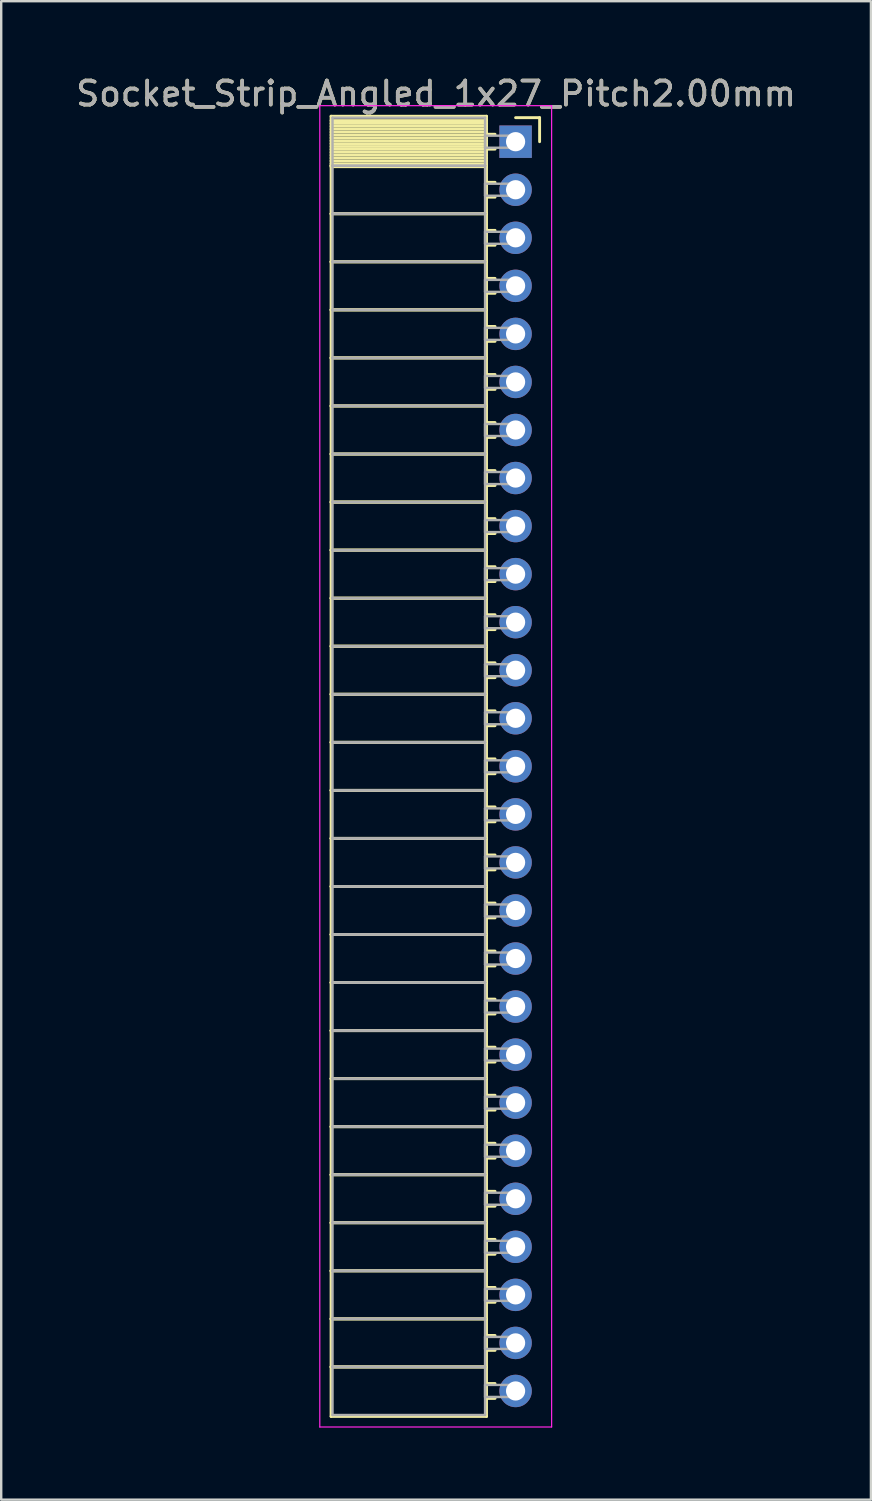
<source format=kicad_pcb>
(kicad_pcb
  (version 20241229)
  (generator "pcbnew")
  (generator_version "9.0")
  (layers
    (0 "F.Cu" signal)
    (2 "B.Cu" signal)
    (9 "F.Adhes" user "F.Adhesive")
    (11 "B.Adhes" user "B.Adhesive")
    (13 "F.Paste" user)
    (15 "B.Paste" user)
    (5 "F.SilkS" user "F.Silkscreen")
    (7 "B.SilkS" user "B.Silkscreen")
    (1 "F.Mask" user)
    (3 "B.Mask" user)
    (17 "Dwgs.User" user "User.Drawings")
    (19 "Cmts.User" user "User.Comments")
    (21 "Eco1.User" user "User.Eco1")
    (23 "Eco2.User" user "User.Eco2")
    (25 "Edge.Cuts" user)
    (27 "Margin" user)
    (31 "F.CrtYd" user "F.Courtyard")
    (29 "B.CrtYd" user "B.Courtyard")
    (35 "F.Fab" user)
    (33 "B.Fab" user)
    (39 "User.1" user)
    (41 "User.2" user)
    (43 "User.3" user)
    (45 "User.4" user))
  (footprint "Socket_Strip_Angled_1x27_Pitch2.00mm"
    (layer "F.Cu")
    (at 18.411 2.848)
    (property "Reference" "Socket_Strip_Angled_1x27_Pitch2.00mm" (at -3.31 -2 0) (layer "F.SilkS") (effects (font (size 1 1) (thickness 0.15))))
    (attr through_hole)
    (fp_line (start -7.68 -1.06) (end -1.21 -1.06) (stroke (width 0.12) (type solid)) (layer "F.SilkS"))
    (fp_line (start -7.68 1) (end -7.68 -1.06) (stroke (width 0.12) (type solid)) (layer "F.SilkS"))
    (fp_line (start -7.68 1) (end -1.21 1) (stroke (width 0.12) (type solid)) (layer "F.SilkS"))
    (fp_line (start -7.68 3) (end -7.68 1) (stroke (width 0.12) (type solid)) (layer "F.SilkS"))
    (fp_line (start -7.68 3) (end -1.21 3) (stroke (width 0.12) (type solid)) (layer "F.SilkS"))
    (fp_line (start -7.68 5) (end -7.68 3) (stroke (width 0.12) (type solid)) (layer "F.SilkS"))
    (fp_line (start -7.68 5) (end -1.21 5) (stroke (width 0.12) (type solid)) (layer "F.SilkS"))
    (fp_line (start -7.68 7) (end -7.68 5) (stroke (width 0.12) (type solid)) (layer "F.SilkS"))
    (fp_line (start -7.68 7) (end -1.21 7) (stroke (width 0.12) (type solid)) (layer "F.SilkS"))
    (fp_line (start -7.68 9) (end -7.68 7) (stroke (width 0.12) (type solid)) (layer "F.SilkS"))
    (fp_line (start -7.68 9) (end -1.21 9) (stroke (width 0.12) (type solid)) (layer "F.SilkS"))
    (fp_line (start -7.68 11) (end -7.68 9) (stroke (width 0.12) (type solid)) (layer "F.SilkS"))
    (fp_line (start -7.68 11) (end -1.21 11) (stroke (width 0.12) (type solid)) (layer "F.SilkS"))
    (fp_line (start -7.68 13) (end -7.68 11) (stroke (width 0.12) (type solid)) (layer "F.SilkS"))
    (fp_line (start -7.68 13) (end -1.21 13) (stroke (width 0.12) (type solid)) (layer "F.SilkS"))
    (fp_line (start -7.68 15) (end -7.68 13) (stroke (width 0.12) (type solid)) (layer "F.SilkS"))
    (fp_line (start -7.68 15) (end -1.21 15) (stroke (width 0.12) (type solid)) (layer "F.SilkS"))
    (fp_line (start -7.68 17) (end -7.68 15) (stroke (width 0.12) (type solid)) (layer "F.SilkS"))
    (fp_line (start -7.68 17) (end -1.21 17) (stroke (width 0.12) (type solid)) (layer "F.SilkS"))
    (fp_line (start -7.68 19) (end -7.68 17) (stroke (width 0.12) (type solid)) (layer "F.SilkS"))
    (fp_line (start -7.68 19) (end -1.21 19) (stroke (width 0.12) (type solid)) (layer "F.SilkS"))
    (fp_line (start -7.68 21) (end -7.68 19) (stroke (width 0.12) (type solid)) (layer "F.SilkS"))
    (fp_line (start -7.68 21) (end -1.21 21) (stroke (width 0.12) (type solid)) (layer "F.SilkS"))
    (fp_line (start -7.68 23) (end -7.68 21) (stroke (width 0.12) (type solid)) (layer "F.SilkS"))
    (fp_line (start -7.68 23) (end -1.21 23) (stroke (width 0.12) (type solid)) (layer "F.SilkS"))
    (fp_line (start -7.68 25) (end -7.68 23) (stroke (width 0.12) (type solid)) (layer "F.SilkS"))
    (fp_line (start -7.68 25) (end -1.21 25) (stroke (width 0.12) (type solid)) (layer "F.SilkS"))
    (fp_line (start -7.68 27) (end -7.68 25) (stroke (width 0.12) (type solid)) (layer "F.SilkS"))
    (fp_line (start -7.68 27) (end -1.21 27) (stroke (width 0.12) (type solid)) (layer "F.SilkS"))
    (fp_line (start -7.68 29) (end -7.68 27) (stroke (width 0.12) (type solid)) (layer "F.SilkS"))
    (fp_line (start -7.68 29) (end -1.21 29) (stroke (width 0.12) (type solid)) (layer "F.SilkS"))
    (fp_line (start -7.68 31) (end -7.68 29) (stroke (width 0.12) (type solid)) (layer "F.SilkS"))
    (fp_line (start -7.68 31) (end -1.21 31) (stroke (width 0.12) (type solid)) (layer "F.SilkS"))
    (fp_line (start -7.68 33) (end -7.68 31) (stroke (width 0.12) (type solid)) (layer "F.SilkS"))
    (fp_line (start -7.68 33) (end -1.21 33) (stroke (width 0.12) (type solid)) (layer "F.SilkS"))
    (fp_line (start -7.68 35) (end -7.68 33) (stroke (width 0.12) (type solid)) (layer "F.SilkS"))
    (fp_line (start -7.68 35) (end -1.21 35) (stroke (width 0.12) (type solid)) (layer "F.SilkS"))
    (fp_line (start -7.68 37) (end -7.68 35) (stroke (width 0.12) (type solid)) (layer "F.SilkS"))
    (fp_line (start -7.68 37) (end -1.21 37) (stroke (width 0.12) (type solid)) (layer "F.SilkS"))
    (fp_line (start -7.68 39) (end -7.68 37) (stroke (width 0.12) (type solid)) (layer "F.SilkS"))
    (fp_line (start -7.68 39) (end -1.21 39) (stroke (width 0.12) (type solid)) (layer "F.SilkS"))
    (fp_line (start -7.68 41) (end -7.68 39) (stroke (width 0.12) (type solid)) (layer "F.SilkS"))
    (fp_line (start -7.68 41) (end -1.21 41) (stroke (width 0.12) (type solid)) (layer "F.SilkS"))
    (fp_line (start -7.68 43) (end -7.68 41) (stroke (width 0.12) (type solid)) (layer "F.SilkS"))
    (fp_line (start -7.68 43) (end -1.21 43) (stroke (width 0.12) (type solid)) (layer "F.SilkS"))
    (fp_line (start -7.68 45) (end -7.68 43) (stroke (width 0.12) (type solid)) (layer "F.SilkS"))
    (fp_line (start -7.68 45) (end -1.21 45) (stroke (width 0.12) (type solid)) (layer "F.SilkS"))
    (fp_line (start -7.68 47) (end -7.68 45) (stroke (width 0.12) (type solid)) (layer "F.SilkS"))
    (fp_line (start -7.68 47) (end -1.21 47) (stroke (width 0.12) (type solid)) (layer "F.SilkS"))
    (fp_line (start -7.68 49) (end -7.68 47) (stroke (width 0.12) (type solid)) (layer "F.SilkS"))
    (fp_line (start -7.68 49) (end -1.21 49) (stroke (width 0.12) (type solid)) (layer "F.SilkS"))
    (fp_line (start -7.68 51) (end -7.68 49) (stroke (width 0.12) (type solid)) (layer "F.SilkS"))
    (fp_line (start -7.68 51) (end -1.21 51) (stroke (width 0.12) (type solid)) (layer "F.SilkS"))
    (fp_line (start -7.68 53.06) (end -7.68 51) (stroke (width 0.12) (type solid)) (layer "F.SilkS"))
    (fp_line (start -1.21 -1.06) (end -1.21 1) (stroke (width 0.12) (type solid)) (layer "F.SilkS"))
    (fp_line (start -1.21 -0.88) (end -7.68 -0.88) (stroke (width 0.12) (type solid)) (layer "F.SilkS"))
    (fp_line (start -1.21 -0.76) (end -7.68 -0.76) (stroke (width 0.12) (type solid)) (layer "F.SilkS"))
    (fp_line (start -1.21 -0.64) (end -7.68 -0.64) (stroke (width 0.12) (type solid)) (layer "F.SilkS"))
    (fp_line (start -1.21 -0.52) (end -7.68 -0.52) (stroke (width 0.12) (type solid)) (layer "F.SilkS"))
    (fp_line (start -1.21 -0.4) (end -7.68 -0.4) (stroke (width 0.12) (type solid)) (layer "F.SilkS"))
    (fp_line (start -1.21 -0.28) (end -7.68 -0.28) (stroke (width 0.12) (type solid)) (layer "F.SilkS"))
    (fp_line (start -1.21 -0.16) (end -7.68 -0.16) (stroke (width 0.12) (type solid)) (layer "F.SilkS"))
    (fp_line (start -1.21 -0.04) (end -7.68 -0.04) (stroke (width 0.12) (type solid)) (layer "F.SilkS"))
    (fp_line (start -1.21 0.08) (end -7.68 0.08) (stroke (width 0.12) (type solid)) (layer "F.SilkS"))
    (fp_line (start -1.21 0.2) (end -7.68 0.2) (stroke (width 0.12) (type solid)) (layer "F.SilkS"))
    (fp_line (start -1.21 0.32) (end -7.68 0.32) (stroke (width 0.12) (type solid)) (layer "F.SilkS"))
    (fp_line (start -1.21 0.44) (end -7.68 0.44) (stroke (width 0.12) (type solid)) (layer "F.SilkS"))
    (fp_line (start -1.21 0.56) (end -7.68 0.56) (stroke (width 0.12) (type solid)) (layer "F.SilkS"))
    (fp_line (start -1.21 0.68) (end -7.68 0.68) (stroke (width 0.12) (type solid)) (layer "F.SilkS"))
    (fp_line (start -1.21 0.8) (end -7.68 0.8) (stroke (width 0.12) (type solid)) (layer "F.SilkS"))
    (fp_line (start -1.21 0.92) (end -7.68 0.92) (stroke (width 0.12) (type solid)) (layer "F.SilkS"))
    (fp_line (start -1.21 1) (end -7.68 1) (stroke (width 0.12) (type solid)) (layer "F.SilkS"))
    (fp_line (start -1.21 1) (end -1.21 3) (stroke (width 0.12) (type solid)) (layer "F.SilkS"))
    (fp_line (start -1.21 1.04) (end -7.68 1.04) (stroke (width 0.12) (type solid)) (layer "F.SilkS"))
    (fp_line (start -1.21 3) (end -7.68 3) (stroke (width 0.12) (type solid)) (layer "F.SilkS"))
    (fp_line (start -1.21 3) (end -1.21 5) (stroke (width 0.12) (type solid)) (layer "F.SilkS"))
    (fp_line (start -1.21 5) (end -7.68 5) (stroke (width 0.12) (type solid)) (layer "F.SilkS"))
    (fp_line (start -1.21 5) (end -1.21 7) (stroke (width 0.12) (type solid)) (layer "F.SilkS"))
    (fp_line (start -1.21 7) (end -7.68 7) (stroke (width 0.12) (type solid)) (layer "F.SilkS"))
    (fp_line (start -1.21 7) (end -1.21 9) (stroke (width 0.12) (type solid)) (layer "F.SilkS"))
    (fp_line (start -1.21 9) (end -7.68 9) (stroke (width 0.12) (type solid)) (layer "F.SilkS"))
    (fp_line (start -1.21 9) (end -1.21 11) (stroke (width 0.12) (type solid)) (layer "F.SilkS"))
    (fp_line (start -1.21 11) (end -7.68 11) (stroke (width 0.12) (type solid)) (layer "F.SilkS"))
    (fp_line (start -1.21 11) (end -1.21 13) (stroke (width 0.12) (type solid)) (layer "F.SilkS"))
    (fp_line (start -1.21 13) (end -7.68 13) (stroke (width 0.12) (type solid)) (layer "F.SilkS"))
    (fp_line (start -1.21 13) (end -1.21 15) (stroke (width 0.12) (type solid)) (layer "F.SilkS"))
    (fp_line (start -1.21 15) (end -7.68 15) (stroke (width 0.12) (type solid)) (layer "F.SilkS"))
    (fp_line (start -1.21 15) (end -1.21 17) (stroke (width 0.12) (type solid)) (layer "F.SilkS"))
    (fp_line (start -1.21 17) (end -7.68 17) (stroke (width 0.12) (type solid)) (layer "F.SilkS"))
    (fp_line (start -1.21 17) (end -1.21 19) (stroke (width 0.12) (type solid)) (layer "F.SilkS"))
    (fp_line (start -1.21 19) (end -7.68 19) (stroke (width 0.12) (type solid)) (layer "F.SilkS"))
    (fp_line (start -1.21 19) (end -1.21 21) (stroke (width 0.12) (type solid)) (layer "F.SilkS"))
    (fp_line (start -1.21 21) (end -7.68 21) (stroke (width 0.12) (type solid)) (layer "F.SilkS"))
    (fp_line (start -1.21 21) (end -1.21 23) (stroke (width 0.12) (type solid)) (layer "F.SilkS"))
    (fp_line (start -1.21 23) (end -7.68 23) (stroke (width 0.12) (type solid)) (layer "F.SilkS"))
    (fp_line (start -1.21 23) (end -1.21 25) (stroke (width 0.12) (type solid)) (layer "F.SilkS"))
    (fp_line (start -1.21 25) (end -7.68 25) (stroke (width 0.12) (type solid)) (layer "F.SilkS"))
    (fp_line (start -1.21 25) (end -1.21 27) (stroke (width 0.12) (type solid)) (layer "F.SilkS"))
    (fp_line (start -1.21 27) (end -7.68 27) (stroke (width 0.12) (type solid)) (layer "F.SilkS"))
    (fp_line (start -1.21 27) (end -1.21 29) (stroke (width 0.12) (type solid)) (layer "F.SilkS"))
    (fp_line (start -1.21 29) (end -7.68 29) (stroke (width 0.12) (type solid)) (layer "F.SilkS"))
    (fp_line (start -1.21 29) (end -1.21 31) (stroke (width 0.12) (type solid)) (layer "F.SilkS"))
    (fp_line (start -1.21 31) (end -7.68 31) (stroke (width 0.12) (type solid)) (layer "F.SilkS"))
    (fp_line (start -1.21 31) (end -1.21 33) (stroke (width 0.12) (type solid)) (layer "F.SilkS"))
    (fp_line (start -1.21 33) (end -7.68 33) (stroke (width 0.12) (type solid)) (layer "F.SilkS"))
    (fp_line (start -1.21 33) (end -1.21 35) (stroke (width 0.12) (type solid)) (layer "F.SilkS"))
    (fp_line (start -1.21 35) (end -7.68 35) (stroke (width 0.12) (type solid)) (layer "F.SilkS"))
    (fp_line (start -1.21 35) (end -1.21 37) (stroke (width 0.12) (type solid)) (layer "F.SilkS"))
    (fp_line (start -1.21 37) (end -7.68 37) (stroke (width 0.12) (type solid)) (layer "F.SilkS"))
    (fp_line (start -1.21 37) (end -1.21 39) (stroke (width 0.12) (type solid)) (layer "F.SilkS"))
    (fp_line (start -1.21 39) (end -7.68 39) (stroke (width 0.12) (type solid)) (layer "F.SilkS"))
    (fp_line (start -1.21 39) (end -1.21 41) (stroke (width 0.12) (type solid)) (layer "F.SilkS"))
    (fp_line (start -1.21 41) (end -7.68 41) (stroke (width 0.12) (type solid)) (layer "F.SilkS"))
    (fp_line (start -1.21 41) (end -1.21 43) (stroke (width 0.12) (type solid)) (layer "F.SilkS"))
    (fp_line (start -1.21 43) (end -7.68 43) (stroke (width 0.12) (type solid)) (layer "F.SilkS"))
    (fp_line (start -1.21 43) (end -1.21 45) (stroke (width 0.12) (type solid)) (layer "F.SilkS"))
    (fp_line (start -1.21 45) (end -7.68 45) (stroke (width 0.12) (type solid)) (layer "F.SilkS"))
    (fp_line (start -1.21 45) (end -1.21 47) (stroke (width 0.12) (type solid)) (layer "F.SilkS"))
    (fp_line (start -1.21 47) (end -7.68 47) (stroke (width 0.12) (type solid)) (layer "F.SilkS"))
    (fp_line (start -1.21 47) (end -1.21 49) (stroke (width 0.12) (type solid)) (layer "F.SilkS"))
    (fp_line (start -1.21 49) (end -7.68 49) (stroke (width 0.12) (type solid)) (layer "F.SilkS"))
    (fp_line (start -1.21 49) (end -1.21 51) (stroke (width 0.12) (type solid)) (layer "F.SilkS"))
    (fp_line (start -1.21 51) (end -7.68 51) (stroke (width 0.12) (type solid)) (layer "F.SilkS"))
    (fp_line (start -1.21 51) (end -1.21 53.06) (stroke (width 0.12) (type solid)) (layer "F.SilkS"))
    (fp_line (start -1.21 53.06) (end -7.68 53.06) (stroke (width 0.12) (type solid)) (layer "F.SilkS"))
    (fp_line (start -0.855 -0.31) (end -1.21 -0.31) (stroke (width 0.12) (type solid)) (layer "F.SilkS"))
    (fp_line (start -0.855 0.31) (end -1.21 0.31) (stroke (width 0.12) (type solid)) (layer "F.SilkS"))
    (fp_line (start -0.855 1.69) (end -1.21 1.69) (stroke (width 0.12) (type solid)) (layer "F.SilkS"))
    (fp_line (start -0.855 2.31) (end -1.21 2.31) (stroke (width 0.12) (type solid)) (layer "F.SilkS"))
    (fp_line (start -0.855 3.69) (end -1.21 3.69) (stroke (width 0.12) (type solid)) (layer "F.SilkS"))
    (fp_line (start -0.855 4.31) (end -1.21 4.31) (stroke (width 0.12) (type solid)) (layer "F.SilkS"))
    (fp_line (start -0.855 5.69) (end -1.21 5.69) (stroke (width 0.12) (type solid)) (layer "F.SilkS"))
    (fp_line (start -0.855 6.31) (end -1.21 6.31) (stroke (width 0.12) (type solid)) (layer "F.SilkS"))
    (fp_line (start -0.855 7.69) (end -1.21 7.69) (stroke (width 0.12) (type solid)) (layer "F.SilkS"))
    (fp_line (start -0.855 8.31) (end -1.21 8.31) (stroke (width 0.12) (type solid)) (layer "F.SilkS"))
    (fp_line (start -0.855 9.69) (end -1.21 9.69) (stroke (width 0.12) (type solid)) (layer "F.SilkS"))
    (fp_line (start -0.855 10.31) (end -1.21 10.31) (stroke (width 0.12) (type solid)) (layer "F.SilkS"))
    (fp_line (start -0.855 11.69) (end -1.21 11.69) (stroke (width 0.12) (type solid)) (layer "F.SilkS"))
    (fp_line (start -0.855 12.31) (end -1.21 12.31) (stroke (width 0.12) (type solid)) (layer "F.SilkS"))
    (fp_line (start -0.855 13.69) (end -1.21 13.69) (stroke (width 0.12) (type solid)) (layer "F.SilkS"))
    (fp_line (start -0.855 14.31) (end -1.21 14.31) (stroke (width 0.12) (type solid)) (layer "F.SilkS"))
    (fp_line (start -0.855 15.69) (end -1.21 15.69) (stroke (width 0.12) (type solid)) (layer "F.SilkS"))
    (fp_line (start -0.855 16.31) (end -1.21 16.31) (stroke (width 0.12) (type solid)) (layer "F.SilkS"))
    (fp_line (start -0.855 17.69) (end -1.21 17.69) (stroke (width 0.12) (type solid)) (layer "F.SilkS"))
    (fp_line (start -0.855 18.31) (end -1.21 18.31) (stroke (width 0.12) (type solid)) (layer "F.SilkS"))
    (fp_line (start -0.855 19.69) (end -1.21 19.69) (stroke (width 0.12) (type solid)) (layer "F.SilkS"))
    (fp_line (start -0.855 20.31) (end -1.21 20.31) (stroke (width 0.12) (type solid)) (layer "F.SilkS"))
    (fp_line (start -0.855 21.69) (end -1.21 21.69) (stroke (width 0.12) (type solid)) (layer "F.SilkS"))
    (fp_line (start -0.855 22.31) (end -1.21 22.31) (stroke (width 0.12) (type solid)) (layer "F.SilkS"))
    (fp_line (start -0.855 23.69) (end -1.21 23.69) (stroke (width 0.12) (type solid)) (layer "F.SilkS"))
    (fp_line (start -0.855 24.31) (end -1.21 24.31) (stroke (width 0.12) (type solid)) (layer "F.SilkS"))
    (fp_line (start -0.855 25.69) (end -1.21 25.69) (stroke (width 0.12) (type solid)) (layer "F.SilkS"))
    (fp_line (start -0.855 26.31) (end -1.21 26.31) (stroke (width 0.12) (type solid)) (layer "F.SilkS"))
    (fp_line (start -0.855 27.69) (end -1.21 27.69) (stroke (width 0.12) (type solid)) (layer "F.SilkS"))
    (fp_line (start -0.855 28.31) (end -1.21 28.31) (stroke (width 0.12) (type solid)) (layer "F.SilkS"))
    (fp_line (start -0.855 29.69) (end -1.21 29.69) (stroke (width 0.12) (type solid)) (layer "F.SilkS"))
    (fp_line (start -0.855 30.31) (end -1.21 30.31) (stroke (width 0.12) (type solid)) (layer "F.SilkS"))
    (fp_line (start -0.855 31.69) (end -1.21 31.69) (stroke (width 0.12) (type solid)) (layer "F.SilkS"))
    (fp_line (start -0.855 32.31) (end -1.21 32.31) (stroke (width 0.12) (type solid)) (layer "F.SilkS"))
    (fp_line (start -0.855 33.69) (end -1.21 33.69) (stroke (width 0.12) (type solid)) (layer "F.SilkS"))
    (fp_line (start -0.855 34.31) (end -1.21 34.31) (stroke (width 0.12) (type solid)) (layer "F.SilkS"))
    (fp_line (start -0.855 35.69) (end -1.21 35.69) (stroke (width 0.12) (type solid)) (layer "F.SilkS"))
    (fp_line (start -0.855 36.31) (end -1.21 36.31) (stroke (width 0.12) (type solid)) (layer "F.SilkS"))
    (fp_line (start -0.855 37.69) (end -1.21 37.69) (stroke (width 0.12) (type solid)) (layer "F.SilkS"))
    (fp_line (start -0.855 38.31) (end -1.21 38.31) (stroke (width 0.12) (type solid)) (layer "F.SilkS"))
    (fp_line (start -0.855 39.69) (end -1.21 39.69) (stroke (width 0.12) (type solid)) (layer "F.SilkS"))
    (fp_line (start -0.855 40.31) (end -1.21 40.31) (stroke (width 0.12) (type solid)) (layer "F.SilkS"))
    (fp_line (start -0.855 41.69) (end -1.21 41.69) (stroke (width 0.12) (type solid)) (layer "F.SilkS"))
    (fp_line (start -0.855 42.31) (end -1.21 42.31) (stroke (width 0.12) (type solid)) (layer "F.SilkS"))
    (fp_line (start -0.855 43.69) (end -1.21 43.69) (stroke (width 0.12) (type solid)) (layer "F.SilkS"))
    (fp_line (start -0.855 44.31) (end -1.21 44.31) (stroke (width 0.12) (type solid)) (layer "F.SilkS"))
    (fp_line (start -0.855 45.69) (end -1.21 45.69) (stroke (width 0.12) (type solid)) (layer "F.SilkS"))
    (fp_line (start -0.855 46.31) (end -1.21 46.31) (stroke (width 0.12) (type solid)) (layer "F.SilkS"))
    (fp_line (start -0.855 47.69) (end -1.21 47.69) (stroke (width 0.12) (type solid)) (layer "F.SilkS"))
    (fp_line (start -0.855 48.31) (end -1.21 48.31) (stroke (width 0.12) (type solid)) (layer "F.SilkS"))
    (fp_line (start -0.855 49.69) (end -1.21 49.69) (stroke (width 0.12) (type solid)) (layer "F.SilkS"))
    (fp_line (start -0.855 50.31) (end -1.21 50.31) (stroke (width 0.12) (type solid)) (layer "F.SilkS"))
    (fp_line (start -0.855 51.69) (end -1.21 51.69) (stroke (width 0.12) (type solid)) (layer "F.SilkS"))
    (fp_line (start -0.855 52.31) (end -1.21 52.31) (stroke (width 0.12) (type solid)) (layer "F.SilkS"))
    (fp_line (start 0 -1) (end 1 -1) (stroke (width 0.12) (type solid)) (layer "F.SilkS"))
    (fp_line (start 1 -1) (end 1 0) (stroke (width 0.12) (type solid)) (layer "F.SilkS"))
    (fp_line (start -8.15 -1.5) (end 1.5 -1.5) (stroke (width 0.05) (type solid)) (layer "F.CrtYd"))
    (fp_line (start -8.15 53.5) (end -8.15 -1.5) (stroke (width 0.05) (type solid)) (layer "F.CrtYd"))
    (fp_line (start 1.5 -1.5) (end 1.5 53.5) (stroke (width 0.05) (type solid)) (layer "F.CrtYd"))
    (fp_line (start 1.5 53.5) (end -8.15 53.5) (stroke (width 0.05) (type solid)) (layer "F.CrtYd"))
    (fp_line (start -7.62 -1) (end -1.27 -1) (stroke (width 0.1) (type solid)) (layer "F.Fab"))
    (fp_line (start -7.62 1) (end -7.62 -1) (stroke (width 0.1) (type solid)) (layer "F.Fab"))
    (fp_line (start -7.62 1) (end -1.27 1) (stroke (width 0.1) (type solid)) (layer "F.Fab"))
    (fp_line (start -7.62 3) (end -7.62 1) (stroke (width 0.1) (type solid)) (layer "F.Fab"))
    (fp_line (start -7.62 3) (end -1.27 3) (stroke (width 0.1) (type solid)) (layer "F.Fab"))
    (fp_line (start -7.62 5) (end -7.62 3) (stroke (width 0.1) (type solid)) (layer "F.Fab"))
    (fp_line (start -7.62 5) (end -1.27 5) (stroke (width 0.1) (type solid)) (layer "F.Fab"))
    (fp_line (start -7.62 7) (end -7.62 5) (stroke (width 0.1) (type solid)) (layer "F.Fab"))
    (fp_line (start -7.62 7) (end -1.27 7) (stroke (width 0.1) (type solid)) (layer "F.Fab"))
    (fp_line (start -7.62 9) (end -7.62 7) (stroke (width 0.1) (type solid)) (layer "F.Fab"))
    (fp_line (start -7.62 9) (end -1.27 9) (stroke (width 0.1) (type solid)) (layer "F.Fab"))
    (fp_line (start -7.62 11) (end -7.62 9) (stroke (width 0.1) (type solid)) (layer "F.Fab"))
    (fp_line (start -7.62 11) (end -1.27 11) (stroke (width 0.1) (type solid)) (layer "F.Fab"))
    (fp_line (start -7.62 13) (end -7.62 11) (stroke (width 0.1) (type solid)) (layer "F.Fab"))
    (fp_line (start -7.62 13) (end -1.27 13) (stroke (width 0.1) (type solid)) (layer "F.Fab"))
    (fp_line (start -7.62 15) (end -7.62 13) (stroke (width 0.1) (type solid)) (layer "F.Fab"))
    (fp_line (start -7.62 15) (end -1.27 15) (stroke (width 0.1) (type solid)) (layer "F.Fab"))
    (fp_line (start -7.62 17) (end -7.62 15) (stroke (width 0.1) (type solid)) (layer "F.Fab"))
    (fp_line (start -7.62 17) (end -1.27 17) (stroke (width 0.1) (type solid)) (layer "F.Fab"))
    (fp_line (start -7.62 19) (end -7.62 17) (stroke (width 0.1) (type solid)) (layer "F.Fab"))
    (fp_line (start -7.62 19) (end -1.27 19) (stroke (width 0.1) (type solid)) (layer "F.Fab"))
    (fp_line (start -7.62 21) (end -7.62 19) (stroke (width 0.1) (type solid)) (layer "F.Fab"))
    (fp_line (start -7.62 21) (end -1.27 21) (stroke (width 0.1) (type solid)) (layer "F.Fab"))
    (fp_line (start -7.62 23) (end -7.62 21) (stroke (width 0.1) (type solid)) (layer "F.Fab"))
    (fp_line (start -7.62 23) (end -1.27 23) (stroke (width 0.1) (type solid)) (layer "F.Fab"))
    (fp_line (start -7.62 25) (end -7.62 23) (stroke (width 0.1) (type solid)) (layer "F.Fab"))
    (fp_line (start -7.62 25) (end -1.27 25) (stroke (width 0.1) (type solid)) (layer "F.Fab"))
    (fp_line (start -7.62 27) (end -7.62 25) (stroke (width 0.1) (type solid)) (layer "F.Fab"))
    (fp_line (start -7.62 27) (end -1.27 27) (stroke (width 0.1) (type solid)) (layer "F.Fab"))
    (fp_line (start -7.62 29) (end -7.62 27) (stroke (width 0.1) (type solid)) (layer "F.Fab"))
    (fp_line (start -7.62 29) (end -1.27 29) (stroke (width 0.1) (type solid)) (layer "F.Fab"))
    (fp_line (start -7.62 31) (end -7.62 29) (stroke (width 0.1) (type solid)) (layer "F.Fab"))
    (fp_line (start -7.62 31) (end -1.27 31) (stroke (width 0.1) (type solid)) (layer "F.Fab"))
    (fp_line (start -7.62 33) (end -7.62 31) (stroke (width 0.1) (type solid)) (layer "F.Fab"))
    (fp_line (start -7.62 33) (end -1.27 33) (stroke (width 0.1) (type solid)) (layer "F.Fab"))
    (fp_line (start -7.62 35) (end -7.62 33) (stroke (width 0.1) (type solid)) (layer "F.Fab"))
    (fp_line (start -7.62 35) (end -1.27 35) (stroke (width 0.1) (type solid)) (layer "F.Fab"))
    (fp_line (start -7.62 37) (end -7.62 35) (stroke (width 0.1) (type solid)) (layer "F.Fab"))
    (fp_line (start -7.62 37) (end -1.27 37) (stroke (width 0.1) (type solid)) (layer "F.Fab"))
    (fp_line (start -7.62 39) (end -7.62 37) (stroke (width 0.1) (type solid)) (layer "F.Fab"))
    (fp_line (start -7.62 39) (end -1.27 39) (stroke (width 0.1) (type solid)) (layer "F.Fab"))
    (fp_line (start -7.62 41) (end -7.62 39) (stroke (width 0.1) (type solid)) (layer "F.Fab"))
    (fp_line (start -7.62 41) (end -1.27 41) (stroke (width 0.1) (type solid)) (layer "F.Fab"))
    (fp_line (start -7.62 43) (end -7.62 41) (stroke (width 0.1) (type solid)) (layer "F.Fab"))
    (fp_line (start -7.62 43) (end -1.27 43) (stroke (width 0.1) (type solid)) (layer "F.Fab"))
    (fp_line (start -7.62 45) (end -7.62 43) (stroke (width 0.1) (type solid)) (layer "F.Fab"))
    (fp_line (start -7.62 45) (end -1.27 45) (stroke (width 0.1) (type solid)) (layer "F.Fab"))
    (fp_line (start -7.62 47) (end -7.62 45) (stroke (width 0.1) (type solid)) (layer "F.Fab"))
    (fp_line (start -7.62 47) (end -1.27 47) (stroke (width 0.1) (type solid)) (layer "F.Fab"))
    (fp_line (start -7.62 49) (end -7.62 47) (stroke (width 0.1) (type solid)) (layer "F.Fab"))
    (fp_line (start -7.62 49) (end -1.27 49) (stroke (width 0.1) (type solid)) (layer "F.Fab"))
    (fp_line (start -7.62 51) (end -7.62 49) (stroke (width 0.1) (type solid)) (layer "F.Fab"))
    (fp_line (start -7.62 51) (end -1.27 51) (stroke (width 0.1) (type solid)) (layer "F.Fab"))
    (fp_line (start -7.62 53) (end -7.62 51) (stroke (width 0.1) (type solid)) (layer "F.Fab"))
    (fp_line (start -1.27 -1) (end -1.27 1) (stroke (width 0.1) (type solid)) (layer "F.Fab"))
    (fp_line (start -1.27 -0.25) (end 0 -0.25) (stroke (width 0.1) (type solid)) (layer "F.Fab"))
    (fp_line (start -1.27 0.25) (end -1.27 -0.25) (stroke (width 0.1) (type solid)) (layer "F.Fab"))
    (fp_line (start -1.27 1) (end -7.62 1) (stroke (width 0.1) (type solid)) (layer "F.Fab"))
    (fp_line (start -1.27 1) (end -1.27 3) (stroke (width 0.1) (type solid)) (layer "F.Fab"))
    (fp_line (start -1.27 1.75) (end 0 1.75) (stroke (width 0.1) (type solid)) (layer "F.Fab"))
    (fp_line (start -1.27 2.25) (end -1.27 1.75) (stroke (width 0.1) (type solid)) (layer "F.Fab"))
    (fp_line (start -1.27 3) (end -7.62 3) (stroke (width 0.1) (type solid)) (layer "F.Fab"))
    (fp_line (start -1.27 3) (end -1.27 5) (stroke (width 0.1) (type solid)) (layer "F.Fab"))
    (fp_line (start -1.27 3.75) (end 0 3.75) (stroke (width 0.1) (type solid)) (layer "F.Fab"))
    (fp_line (start -1.27 4.25) (end -1.27 3.75) (stroke (width 0.1) (type solid)) (layer "F.Fab"))
    (fp_line (start -1.27 5) (end -7.62 5) (stroke (width 0.1) (type solid)) (layer "F.Fab"))
    (fp_line (start -1.27 5) (end -1.27 7) (stroke (width 0.1) (type solid)) (layer "F.Fab"))
    (fp_line (start -1.27 5.75) (end 0 5.75) (stroke (width 0.1) (type solid)) (layer "F.Fab"))
    (fp_line (start -1.27 6.25) (end -1.27 5.75) (stroke (width 0.1) (type solid)) (layer "F.Fab"))
    (fp_line (start -1.27 7) (end -7.62 7) (stroke (width 0.1) (type solid)) (layer "F.Fab"))
    (fp_line (start -1.27 7) (end -1.27 9) (stroke (width 0.1) (type solid)) (layer "F.Fab"))
    (fp_line (start -1.27 7.75) (end 0 7.75) (stroke (width 0.1) (type solid)) (layer "F.Fab"))
    (fp_line (start -1.27 8.25) (end -1.27 7.75) (stroke (width 0.1) (type solid)) (layer "F.Fab"))
    (fp_line (start -1.27 9) (end -7.62 9) (stroke (width 0.1) (type solid)) (layer "F.Fab"))
    (fp_line (start -1.27 9) (end -1.27 11) (stroke (width 0.1) (type solid)) (layer "F.Fab"))
    (fp_line (start -1.27 9.75) (end 0 9.75) (stroke (width 0.1) (type solid)) (layer "F.Fab"))
    (fp_line (start -1.27 10.25) (end -1.27 9.75) (stroke (width 0.1) (type solid)) (layer "F.Fab"))
    (fp_line (start -1.27 11) (end -7.62 11) (stroke (width 0.1) (type solid)) (layer "F.Fab"))
    (fp_line (start -1.27 11) (end -1.27 13) (stroke (width 0.1) (type solid)) (layer "F.Fab"))
    (fp_line (start -1.27 11.75) (end 0 11.75) (stroke (width 0.1) (type solid)) (layer "F.Fab"))
    (fp_line (start -1.27 12.25) (end -1.27 11.75) (stroke (width 0.1) (type solid)) (layer "F.Fab"))
    (fp_line (start -1.27 13) (end -7.62 13) (stroke (width 0.1) (type solid)) (layer "F.Fab"))
    (fp_line (start -1.27 13) (end -1.27 15) (stroke (width 0.1) (type solid)) (layer "F.Fab"))
    (fp_line (start -1.27 13.75) (end 0 13.75) (stroke (width 0.1) (type solid)) (layer "F.Fab"))
    (fp_line (start -1.27 14.25) (end -1.27 13.75) (stroke (width 0.1) (type solid)) (layer "F.Fab"))
    (fp_line (start -1.27 15) (end -7.62 15) (stroke (width 0.1) (type solid)) (layer "F.Fab"))
    (fp_line (start -1.27 15) (end -1.27 17) (stroke (width 0.1) (type solid)) (layer "F.Fab"))
    (fp_line (start -1.27 15.75) (end 0 15.75) (stroke (width 0.1) (type solid)) (layer "F.Fab"))
    (fp_line (start -1.27 16.25) (end -1.27 15.75) (stroke (width 0.1) (type solid)) (layer "F.Fab"))
    (fp_line (start -1.27 17) (end -7.62 17) (stroke (width 0.1) (type solid)) (layer "F.Fab"))
    (fp_line (start -1.27 17) (end -1.27 19) (stroke (width 0.1) (type solid)) (layer "F.Fab"))
    (fp_line (start -1.27 17.75) (end 0 17.75) (stroke (width 0.1) (type solid)) (layer "F.Fab"))
    (fp_line (start -1.27 18.25) (end -1.27 17.75) (stroke (width 0.1) (type solid)) (layer "F.Fab"))
    (fp_line (start -1.27 19) (end -7.62 19) (stroke (width 0.1) (type solid)) (layer "F.Fab"))
    (fp_line (start -1.27 19) (end -1.27 21) (stroke (width 0.1) (type solid)) (layer "F.Fab"))
    (fp_line (start -1.27 19.75) (end 0 19.75) (stroke (width 0.1) (type solid)) (layer "F.Fab"))
    (fp_line (start -1.27 20.25) (end -1.27 19.75) (stroke (width 0.1) (type solid)) (layer "F.Fab"))
    (fp_line (start -1.27 21) (end -7.62 21) (stroke (width 0.1) (type solid)) (layer "F.Fab"))
    (fp_line (start -1.27 21) (end -1.27 23) (stroke (width 0.1) (type solid)) (layer "F.Fab"))
    (fp_line (start -1.27 21.75) (end 0 21.75) (stroke (width 0.1) (type solid)) (layer "F.Fab"))
    (fp_line (start -1.27 22.25) (end -1.27 21.75) (stroke (width 0.1) (type solid)) (layer "F.Fab"))
    (fp_line (start -1.27 23) (end -7.62 23) (stroke (width 0.1) (type solid)) (layer "F.Fab"))
    (fp_line (start -1.27 23) (end -1.27 25) (stroke (width 0.1) (type solid)) (layer "F.Fab"))
    (fp_line (start -1.27 23.75) (end 0 23.75) (stroke (width 0.1) (type solid)) (layer "F.Fab"))
    (fp_line (start -1.27 24.25) (end -1.27 23.75) (stroke (width 0.1) (type solid)) (layer "F.Fab"))
    (fp_line (start -1.27 25) (end -7.62 25) (stroke (width 0.1) (type solid)) (layer "F.Fab"))
    (fp_line (start -1.27 25) (end -1.27 27) (stroke (width 0.1) (type solid)) (layer "F.Fab"))
    (fp_line (start -1.27 25.75) (end 0 25.75) (stroke (width 0.1) (type solid)) (layer "F.Fab"))
    (fp_line (start -1.27 26.25) (end -1.27 25.75) (stroke (width 0.1) (type solid)) (layer "F.Fab"))
    (fp_line (start -1.27 27) (end -7.62 27) (stroke (width 0.1) (type solid)) (layer "F.Fab"))
    (fp_line (start -1.27 27) (end -1.27 29) (stroke (width 0.1) (type solid)) (layer "F.Fab"))
    (fp_line (start -1.27 27.75) (end 0 27.75) (stroke (width 0.1) (type solid)) (layer "F.Fab"))
    (fp_line (start -1.27 28.25) (end -1.27 27.75) (stroke (width 0.1) (type solid)) (layer "F.Fab"))
    (fp_line (start -1.27 29) (end -7.62 29) (stroke (width 0.1) (type solid)) (layer "F.Fab"))
    (fp_line (start -1.27 29) (end -1.27 31) (stroke (width 0.1) (type solid)) (layer "F.Fab"))
    (fp_line (start -1.27 29.75) (end 0 29.75) (stroke (width 0.1) (type solid)) (layer "F.Fab"))
    (fp_line (start -1.27 30.25) (end -1.27 29.75) (stroke (width 0.1) (type solid)) (layer "F.Fab"))
    (fp_line (start -1.27 31) (end -7.62 31) (stroke (width 0.1) (type solid)) (layer "F.Fab"))
    (fp_line (start -1.27 31) (end -1.27 33) (stroke (width 0.1) (type solid)) (layer "F.Fab"))
    (fp_line (start -1.27 31.75) (end 0 31.75) (stroke (width 0.1) (type solid)) (layer "F.Fab"))
    (fp_line (start -1.27 32.25) (end -1.27 31.75) (stroke (width 0.1) (type solid)) (layer "F.Fab"))
    (fp_line (start -1.27 33) (end -7.62 33) (stroke (width 0.1) (type solid)) (layer "F.Fab"))
    (fp_line (start -1.27 33) (end -1.27 35) (stroke (width 0.1) (type solid)) (layer "F.Fab"))
    (fp_line (start -1.27 33.75) (end 0 33.75) (stroke (width 0.1) (type solid)) (layer "F.Fab"))
    (fp_line (start -1.27 34.25) (end -1.27 33.75) (stroke (width 0.1) (type solid)) (layer "F.Fab"))
    (fp_line (start -1.27 35) (end -7.62 35) (stroke (width 0.1) (type solid)) (layer "F.Fab"))
    (fp_line (start -1.27 35) (end -1.27 37) (stroke (width 0.1) (type solid)) (layer "F.Fab"))
    (fp_line (start -1.27 35.75) (end 0 35.75) (stroke (width 0.1) (type solid)) (layer "F.Fab"))
    (fp_line (start -1.27 36.25) (end -1.27 35.75) (stroke (width 0.1) (type solid)) (layer "F.Fab"))
    (fp_line (start -1.27 37) (end -7.62 37) (stroke (width 0.1) (type solid)) (layer "F.Fab"))
    (fp_line (start -1.27 37) (end -1.27 39) (stroke (width 0.1) (type solid)) (layer "F.Fab"))
    (fp_line (start -1.27 37.75) (end 0 37.75) (stroke (width 0.1) (type solid)) (layer "F.Fab"))
    (fp_line (start -1.27 38.25) (end -1.27 37.75) (stroke (width 0.1) (type solid)) (layer "F.Fab"))
    (fp_line (start -1.27 39) (end -7.62 39) (stroke (width 0.1) (type solid)) (layer "F.Fab"))
    (fp_line (start -1.27 39) (end -1.27 41) (stroke (width 0.1) (type solid)) (layer "F.Fab"))
    (fp_line (start -1.27 39.75) (end 0 39.75) (stroke (width 0.1) (type solid)) (layer "F.Fab"))
    (fp_line (start -1.27 40.25) (end -1.27 39.75) (stroke (width 0.1) (type solid)) (layer "F.Fab"))
    (fp_line (start -1.27 41) (end -7.62 41) (stroke (width 0.1) (type solid)) (layer "F.Fab"))
    (fp_line (start -1.27 41) (end -1.27 43) (stroke (width 0.1) (type solid)) (layer "F.Fab"))
    (fp_line (start -1.27 41.75) (end 0 41.75) (stroke (width 0.1) (type solid)) (layer "F.Fab"))
    (fp_line (start -1.27 42.25) (end -1.27 41.75) (stroke (width 0.1) (type solid)) (layer "F.Fab"))
    (fp_line (start -1.27 43) (end -7.62 43) (stroke (width 0.1) (type solid)) (layer "F.Fab"))
    (fp_line (start -1.27 43) (end -1.27 45) (stroke (width 0.1) (type solid)) (layer "F.Fab"))
    (fp_line (start -1.27 43.75) (end 0 43.75) (stroke (width 0.1) (type solid)) (layer "F.Fab"))
    (fp_line (start -1.27 44.25) (end -1.27 43.75) (stroke (width 0.1) (type solid)) (layer "F.Fab"))
    (fp_line (start -1.27 45) (end -7.62 45) (stroke (width 0.1) (type solid)) (layer "F.Fab"))
    (fp_line (start -1.27 45) (end -1.27 47) (stroke (width 0.1) (type solid)) (layer "F.Fab"))
    (fp_line (start -1.27 45.75) (end 0 45.75) (stroke (width 0.1) (type solid)) (layer "F.Fab"))
    (fp_line (start -1.27 46.25) (end -1.27 45.75) (stroke (width 0.1) (type solid)) (layer "F.Fab"))
    (fp_line (start -1.27 47) (end -7.62 47) (stroke (width 0.1) (type solid)) (layer "F.Fab"))
    (fp_line (start -1.27 47) (end -1.27 49) (stroke (width 0.1) (type solid)) (layer "F.Fab"))
    (fp_line (start -1.27 47.75) (end 0 47.75) (stroke (width 0.1) (type solid)) (layer "F.Fab"))
    (fp_line (start -1.27 48.25) (end -1.27 47.75) (stroke (width 0.1) (type solid)) (layer "F.Fab"))
    (fp_line (start -1.27 49) (end -7.62 49) (stroke (width 0.1) (type solid)) (layer "F.Fab"))
    (fp_line (start -1.27 49) (end -1.27 51) (stroke (width 0.1) (type solid)) (layer "F.Fab"))
    (fp_line (start -1.27 49.75) (end 0 49.75) (stroke (width 0.1) (type solid)) (layer "F.Fab"))
    (fp_line (start -1.27 50.25) (end -1.27 49.75) (stroke (width 0.1) (type solid)) (layer "F.Fab"))
    (fp_line (start -1.27 51) (end -7.62 51) (stroke (width 0.1) (type solid)) (layer "F.Fab"))
    (fp_line (start -1.27 51) (end -1.27 53) (stroke (width 0.1) (type solid)) (layer "F.Fab"))
    (fp_line (start -1.27 51.75) (end 0 51.75) (stroke (width 0.1) (type solid)) (layer "F.Fab"))
    (fp_line (start -1.27 52.25) (end -1.27 51.75) (stroke (width 0.1) (type solid)) (layer "F.Fab"))
    (fp_line (start -1.27 53) (end -7.62 53) (stroke (width 0.1) (type solid)) (layer "F.Fab"))
    (fp_line (start 0 -0.25) (end 0 0.25) (stroke (width 0.1) (type solid)) (layer "F.Fab"))
    (fp_line (start 0 0.25) (end -1.27 0.25) (stroke (width 0.1) (type solid)) (layer "F.Fab"))
    (fp_line (start 0 1.75) (end 0 2.25) (stroke (width 0.1) (type solid)) (layer "F.Fab"))
    (fp_line (start 0 2.25) (end -1.27 2.25) (stroke (width 0.1) (type solid)) (layer "F.Fab"))
    (fp_line (start 0 3.75) (end 0 4.25) (stroke (width 0.1) (type solid)) (layer "F.Fab"))
    (fp_line (start 0 4.25) (end -1.27 4.25) (stroke (width 0.1) (type solid)) (layer "F.Fab"))
    (fp_line (start 0 5.75) (end 0 6.25) (stroke (width 0.1) (type solid)) (layer "F.Fab"))
    (fp_line (start 0 6.25) (end -1.27 6.25) (stroke (width 0.1) (type solid)) (layer "F.Fab"))
    (fp_line (start 0 7.75) (end 0 8.25) (stroke (width 0.1) (type solid)) (layer "F.Fab"))
    (fp_line (start 0 8.25) (end -1.27 8.25) (stroke (width 0.1) (type solid)) (layer "F.Fab"))
    (fp_line (start 0 9.75) (end 0 10.25) (stroke (width 0.1) (type solid)) (layer "F.Fab"))
    (fp_line (start 0 10.25) (end -1.27 10.25) (stroke (width 0.1) (type solid)) (layer "F.Fab"))
    (fp_line (start 0 11.75) (end 0 12.25) (stroke (width 0.1) (type solid)) (layer "F.Fab"))
    (fp_line (start 0 12.25) (end -1.27 12.25) (stroke (width 0.1) (type solid)) (layer "F.Fab"))
    (fp_line (start 0 13.75) (end 0 14.25) (stroke (width 0.1) (type solid)) (layer "F.Fab"))
    (fp_line (start 0 14.25) (end -1.27 14.25) (stroke (width 0.1) (type solid)) (layer "F.Fab"))
    (fp_line (start 0 15.75) (end 0 16.25) (stroke (width 0.1) (type solid)) (layer "F.Fab"))
    (fp_line (start 0 16.25) (end -1.27 16.25) (stroke (width 0.1) (type solid)) (layer "F.Fab"))
    (fp_line (start 0 17.75) (end 0 18.25) (stroke (width 0.1) (type solid)) (layer "F.Fab"))
    (fp_line (start 0 18.25) (end -1.27 18.25) (stroke (width 0.1) (type solid)) (layer "F.Fab"))
    (fp_line (start 0 19.75) (end 0 20.25) (stroke (width 0.1) (type solid)) (layer "F.Fab"))
    (fp_line (start 0 20.25) (end -1.27 20.25) (stroke (width 0.1) (type solid)) (layer "F.Fab"))
    (fp_line (start 0 21.75) (end 0 22.25) (stroke (width 0.1) (type solid)) (layer "F.Fab"))
    (fp_line (start 0 22.25) (end -1.27 22.25) (stroke (width 0.1) (type solid)) (layer "F.Fab"))
    (fp_line (start 0 23.75) (end 0 24.25) (stroke (width 0.1) (type solid)) (layer "F.Fab"))
    (fp_line (start 0 24.25) (end -1.27 24.25) (stroke (width 0.1) (type solid)) (layer "F.Fab"))
    (fp_line (start 0 25.75) (end 0 26.25) (stroke (width 0.1) (type solid)) (layer "F.Fab"))
    (fp_line (start 0 26.25) (end -1.27 26.25) (stroke (width 0.1) (type solid)) (layer "F.Fab"))
    (fp_line (start 0 27.75) (end 0 28.25) (stroke (width 0.1) (type solid)) (layer "F.Fab"))
    (fp_line (start 0 28.25) (end -1.27 28.25) (stroke (width 0.1) (type solid)) (layer "F.Fab"))
    (fp_line (start 0 29.75) (end 0 30.25) (stroke (width 0.1) (type solid)) (layer "F.Fab"))
    (fp_line (start 0 30.25) (end -1.27 30.25) (stroke (width 0.1) (type solid)) (layer "F.Fab"))
    (fp_line (start 0 31.75) (end 0 32.25) (stroke (width 0.1) (type solid)) (layer "F.Fab"))
    (fp_line (start 0 32.25) (end -1.27 32.25) (stroke (width 0.1) (type solid)) (layer "F.Fab"))
    (fp_line (start 0 33.75) (end 0 34.25) (stroke (width 0.1) (type solid)) (layer "F.Fab"))
    (fp_line (start 0 34.25) (end -1.27 34.25) (stroke (width 0.1) (type solid)) (layer "F.Fab"))
    (fp_line (start 0 35.75) (end 0 36.25) (stroke (width 0.1) (type solid)) (layer "F.Fab"))
    (fp_line (start 0 36.25) (end -1.27 36.25) (stroke (width 0.1) (type solid)) (layer "F.Fab"))
    (fp_line (start 0 37.75) (end 0 38.25) (stroke (width 0.1) (type solid)) (layer "F.Fab"))
    (fp_line (start 0 38.25) (end -1.27 38.25) (stroke (width 0.1) (type solid)) (layer "F.Fab"))
    (fp_line (start 0 39.75) (end 0 40.25) (stroke (width 0.1) (type solid)) (layer "F.Fab"))
    (fp_line (start 0 40.25) (end -1.27 40.25) (stroke (width 0.1) (type solid)) (layer "F.Fab"))
    (fp_line (start 0 41.75) (end 0 42.25) (stroke (width 0.1) (type solid)) (layer "F.Fab"))
    (fp_line (start 0 42.25) (end -1.27 42.25) (stroke (width 0.1) (type solid)) (layer "F.Fab"))
    (fp_line (start 0 43.75) (end 0 44.25) (stroke (width 0.1) (type solid)) (layer "F.Fab"))
    (fp_line (start 0 44.25) (end -1.27 44.25) (stroke (width 0.1) (type solid)) (layer "F.Fab"))
    (fp_line (start 0 45.75) (end 0 46.25) (stroke (width 0.1) (type solid)) (layer "F.Fab"))
    (fp_line (start 0 46.25) (end -1.27 46.25) (stroke (width 0.1) (type solid)) (layer "F.Fab"))
    (fp_line (start 0 47.75) (end 0 48.25) (stroke (width 0.1) (type solid)) (layer "F.Fab"))
    (fp_line (start 0 48.25) (end -1.27 48.25) (stroke (width 0.1) (type solid)) (layer "F.Fab"))
    (fp_line (start 0 49.75) (end 0 50.25) (stroke (width 0.1) (type solid)) (layer "F.Fab"))
    (fp_line (start 0 50.25) (end -1.27 50.25) (stroke (width 0.1) (type solid)) (layer "F.Fab"))
    (fp_line (start 0 51.75) (end 0 52.25) (stroke (width 0.1) (type solid)) (layer "F.Fab"))
    (fp_line (start 0 52.25) (end -1.27 52.25) (stroke (width 0.1) (type solid)) (layer "F.Fab"))
    (fp_text user "${REFERENCE}" (at -3.31 -2 0) (layer "F.Fab") (effects (font (size 1 1) (thickness 0.15))))
    (pad "1" thru_hole rect (at 0 0) (size 1.35 1.35) (drill 0.8) (layers "*.Cu" "*.Mask"))
    (pad "2" thru_hole oval (at 0 2) (size 1.35 1.35) (drill 0.8) (layers "*.Cu" "*.Mask"))
    (pad "3" thru_hole oval (at 0 4) (size 1.35 1.35) (drill 0.8) (layers "*.Cu" "*.Mask"))
    (pad "4" thru_hole oval (at 0 6) (size 1.35 1.35) (drill 0.8) (layers "*.Cu" "*.Mask"))
    (pad "5" thru_hole oval (at 0 8) (size 1.35 1.35) (drill 0.8) (layers "*.Cu" "*.Mask"))
    (pad "6" thru_hole oval (at 0 10) (size 1.35 1.35) (drill 0.8) (layers "*.Cu" "*.Mask"))
    (pad "7" thru_hole oval (at 0 12) (size 1.35 1.35) (drill 0.8) (layers "*.Cu" "*.Mask"))
    (pad "8" thru_hole oval (at 0 14) (size 1.35 1.35) (drill 0.8) (layers "*.Cu" "*.Mask"))
    (pad "9" thru_hole oval (at 0 16) (size 1.35 1.35) (drill 0.8) (layers "*.Cu" "*.Mask"))
    (pad "10" thru_hole oval (at 0 18) (size 1.35 1.35) (drill 0.8) (layers "*.Cu" "*.Mask"))
    (pad "11" thru_hole oval (at 0 20) (size 1.35 1.35) (drill 0.8) (layers "*.Cu" "*.Mask"))
    (pad "12" thru_hole oval (at 0 22) (size 1.35 1.35) (drill 0.8) (layers "*.Cu" "*.Mask"))
    (pad "13" thru_hole oval (at 0 24) (size 1.35 1.35) (drill 0.8) (layers "*.Cu" "*.Mask"))
    (pad "14" thru_hole oval (at 0 26) (size 1.35 1.35) (drill 0.8) (layers "*.Cu" "*.Mask"))
    (pad "15" thru_hole oval (at 0 28) (size 1.35 1.35) (drill 0.8) (layers "*.Cu" "*.Mask"))
    (pad "16" thru_hole oval (at 0 30) (size 1.35 1.35) (drill 0.8) (layers "*.Cu" "*.Mask"))
    (pad "17" thru_hole oval (at 0 32) (size 1.35 1.35) (drill 0.8) (layers "*.Cu" "*.Mask"))
    (pad "18" thru_hole oval (at 0 34) (size 1.35 1.35) (drill 0.8) (layers "*.Cu" "*.Mask"))
    (pad "19" thru_hole oval (at 0 36) (size 1.35 1.35) (drill 0.8) (layers "*.Cu" "*.Mask"))
    (pad "20" thru_hole oval (at 0 38) (size 1.35 1.35) (drill 0.8) (layers "*.Cu" "*.Mask"))
    (pad "21" thru_hole oval (at 0 40) (size 1.35 1.35) (drill 0.8) (layers "*.Cu" "*.Mask"))
    (pad "22" thru_hole oval (at 0 42) (size 1.35 1.35) (drill 0.8) (layers "*.Cu" "*.Mask"))
    (pad "23" thru_hole oval (at 0 44) (size 1.35 1.35) (drill 0.8) (layers "*.Cu" "*.Mask"))
    (pad "24" thru_hole oval (at 0 46) (size 1.35 1.35) (drill 0.8) (layers "*.Cu" "*.Mask"))
    (pad "25" thru_hole oval (at 0 48) (size 1.35 1.35) (drill 0.8) (layers "*.Cu" "*.Mask"))
    (pad "26" thru_hole oval (at 0 50) (size 1.35 1.35) (drill 0.8) (layers "*.Cu" "*.Mask"))
    (pad "27" thru_hole oval (at 0 52) (size 1.35 1.35) (drill 0.8) (layers "*.Cu" "*.Mask")))
  (gr_rect
    (start -3 -3)
    (end 33.202 59.373)
    (stroke (width 0.1) (type default))
    (fill no)
    (layer "Edge.Cuts")))
</source>
